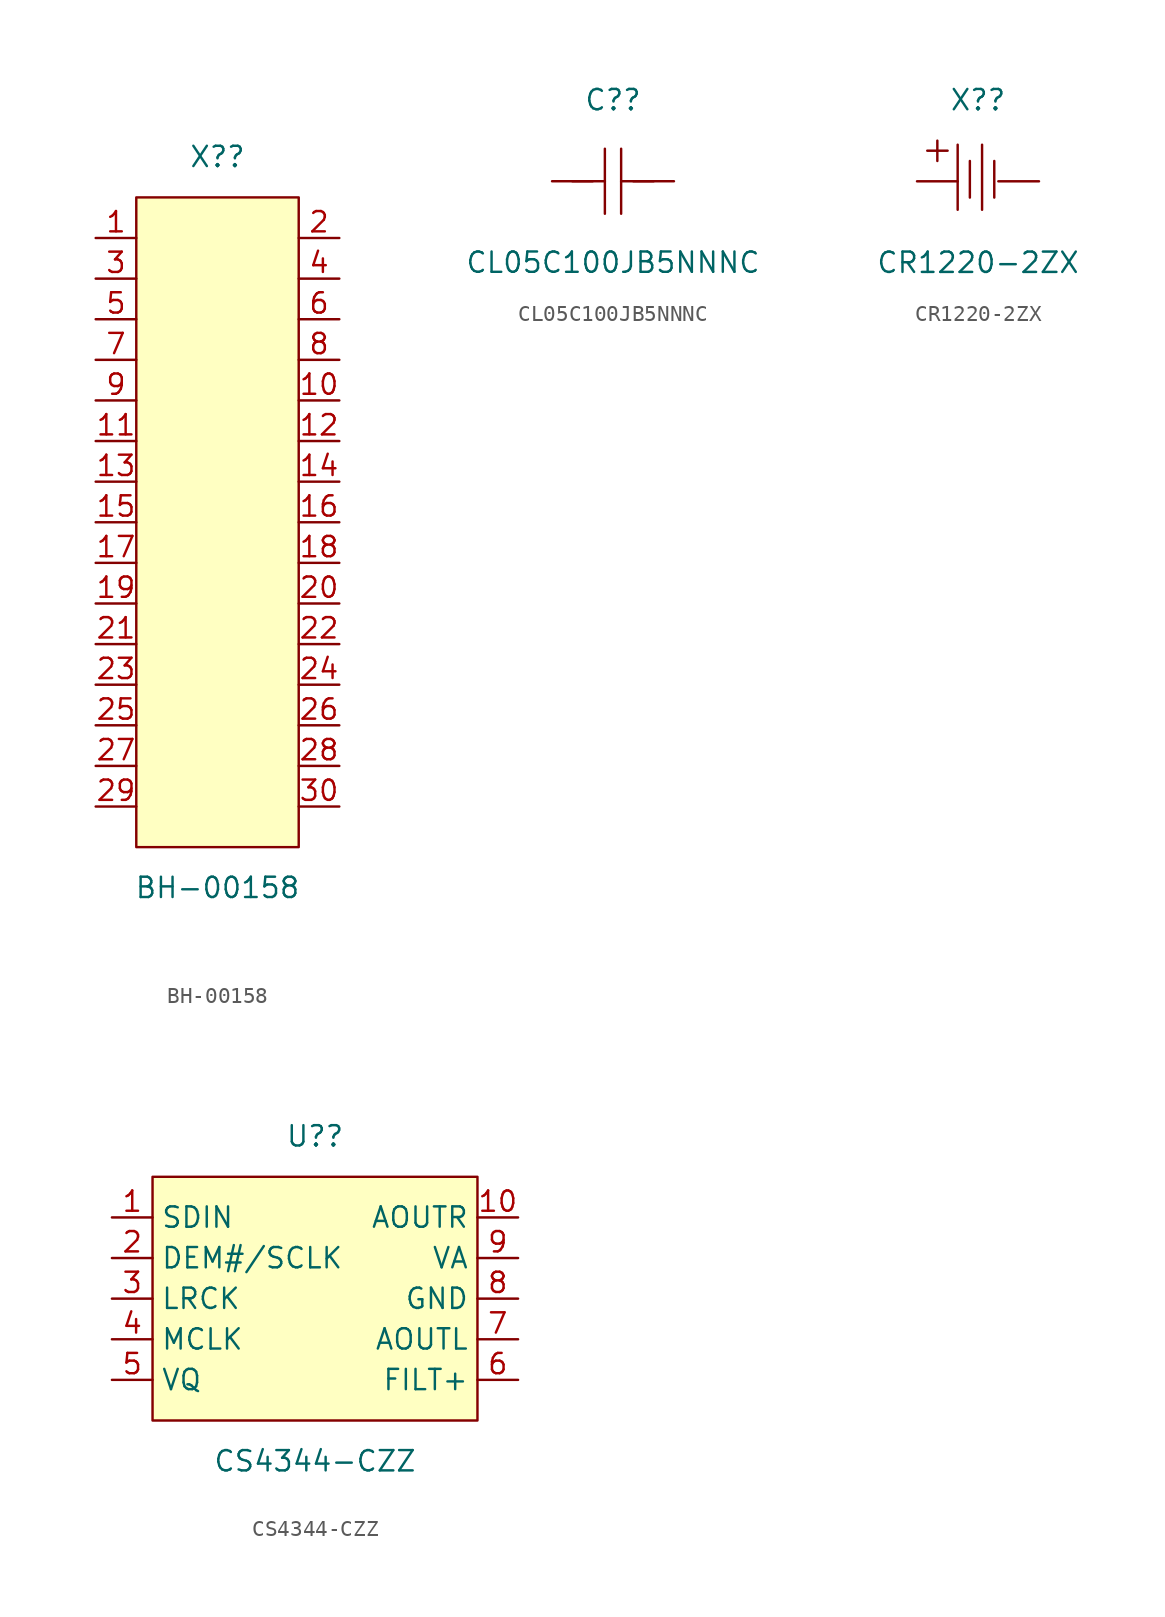
<source format=kicad_sym>
(kicad_symbol_lib
  (version 20211014)
  (generator kicad_symbol_editor)
  (symbol "BH-00158"
    (pin_names hide)
    (property "Reference" "X?"
      (at 0 22.86 0)
      (effects (font (size 1.27 1.27))))
    (property "Value" "BH-00158"
      (at 0 -22.86 0)
      (effects (font (size 1.27 1.27))))
    (symbol "BH-00158_0_1"
      (rectangle (start -5.08 20.32) (end 5.08 -20.32) (stroke (width 0) (type default) (color 0 0 0 0)) (fill (type background)))
      (pin passive line (at -7.62 17.78 0) (length 2.54) (name "1" (effects (font (size 1.27 1.27)))) (number "1" (effects (font (size 1.27 1.27)))))
      (pin passive line (at 7.62 7.62 180) (length 2.54) (name "10" (effects (font (size 1.27 1.27)))) (number "10" (effects (font (size 1.27 1.27)))))
      (pin passive line (at -7.62 5.08 0) (length 2.54) (name "11" (effects (font (size 1.27 1.27)))) (number "11" (effects (font (size 1.27 1.27)))))
      (pin passive line (at 7.62 5.08 180) (length 2.54) (name "12" (effects (font (size 1.27 1.27)))) (number "12" (effects (font (size 1.27 1.27)))))
      (pin passive line (at -7.62 2.54 0) (length 2.54) (name "13" (effects (font (size 1.27 1.27)))) (number "13" (effects (font (size 1.27 1.27)))))
      (pin passive line (at 7.62 2.54 180) (length 2.54) (name "14" (effects (font (size 1.27 1.27)))) (number "14" (effects (font (size 1.27 1.27)))))
      (pin passive line (at -7.62 0 0) (length 2.54) (name "15" (effects (font (size 1.27 1.27)))) (number "15" (effects (font (size 1.27 1.27)))))
      (pin passive line (at 7.62 0 180) (length 2.54) (name "16" (effects (font (size 1.27 1.27)))) (number "16" (effects (font (size 1.27 1.27)))))
      (pin passive line (at -7.62 -2.54 0) (length 2.54) (name "17" (effects (font (size 1.27 1.27)))) (number "17" (effects (font (size 1.27 1.27)))))
      (pin passive line (at 7.62 -2.54 180) (length 2.54) (name "18" (effects (font (size 1.27 1.27)))) (number "18" (effects (font (size 1.27 1.27)))))
      (pin passive line (at -7.62 -5.08 0) (length 2.54) (name "19" (effects (font (size 1.27 1.27)))) (number "19" (effects (font (size 1.27 1.27)))))
      (pin passive line (at 7.62 17.78 180) (length 2.54) (name "2" (effects (font (size 1.27 1.27)))) (number "2" (effects (font (size 1.27 1.27)))))
      (pin passive line (at 7.62 -5.08 180) (length 2.54) (name "20" (effects (font (size 1.27 1.27)))) (number "20" (effects (font (size 1.27 1.27)))))
      (pin passive line (at -7.62 -7.62 0) (length 2.54) (name "21" (effects (font (size 1.27 1.27)))) (number "21" (effects (font (size 1.27 1.27)))))
      (pin passive line (at 7.62 -7.62 180) (length 2.54) (name "22" (effects (font (size 1.27 1.27)))) (number "22" (effects (font (size 1.27 1.27)))))
      (pin passive line (at -7.62 -10.16 0) (length 2.54) (name "23" (effects (font (size 1.27 1.27)))) (number "23" (effects (font (size 1.27 1.27)))))
      (pin passive line (at 7.62 -10.16 180) (length 2.54) (name "24" (effects (font (size 1.27 1.27)))) (number "24" (effects (font (size 1.27 1.27)))))
      (pin passive line (at -7.62 -12.7 0) (length 2.54) (name "25" (effects (font (size 1.27 1.27)))) (number "25" (effects (font (size 1.27 1.27)))))
      (pin passive line (at 7.62 -12.7 180) (length 2.54) (name "26" (effects (font (size 1.27 1.27)))) (number "26" (effects (font (size 1.27 1.27)))))
      (pin passive line (at -7.62 -15.24 0) (length 2.54) (name "27" (effects (font (size 1.27 1.27)))) (number "27" (effects (font (size 1.27 1.27)))))
      (pin passive line (at 7.62 -15.24 180) (length 2.54) (name "28" (effects (font (size 1.27 1.27)))) (number "28" (effects (font (size 1.27 1.27)))))
      (pin passive line (at -7.62 -17.78 0) (length 2.54) (name "29" (effects (font (size 1.27 1.27)))) (number "29" (effects (font (size 1.27 1.27)))))
      (pin passive line (at -7.62 15.24 0) (length 2.54) (name "3" (effects (font (size 1.27 1.27)))) (number "3" (effects (font (size 1.27 1.27)))))
      (pin passive line (at 7.62 -17.78 180) (length 2.54) (name "30" (effects (font (size 1.27 1.27)))) (number "30" (effects (font (size 1.27 1.27)))))
      (pin passive line (at 7.62 15.24 180) (length 2.54) (name "4" (effects (font (size 1.27 1.27)))) (number "4" (effects (font (size 1.27 1.27)))))
      (pin passive line (at -7.62 12.7 0) (length 2.54) (name "5" (effects (font (size 1.27 1.27)))) (number "5" (effects (font (size 1.27 1.27)))))
      (pin passive line (at 7.62 12.7 180) (length 2.54) (name "6" (effects (font (size 1.27 1.27)))) (number "6" (effects (font (size 1.27 1.27)))))
      (pin passive line (at -7.62 10.16 0) (length 2.54) (name "7" (effects (font (size 1.27 1.27)))) (number "7" (effects (font (size 1.27 1.27)))))
      (pin passive line (at 7.62 10.16 180) (length 2.54) (name "8" (effects (font (size 1.27 1.27)))) (number "8" (effects (font (size 1.27 1.27)))))
      (pin passive line (at -7.62 7.62 0) (length 2.54) (name "9" (effects (font (size 1.27 1.27)))) (number "9" (effects (font (size 1.27 1.27)))))))
  (symbol "CL05C100JB5NNNC"
    (pin_numbers hide)
    (pin_names hide)
    (property "Reference" "C?"
      (at 0 5.08 0)
      (effects (font (size 1.27 1.27))))
    (property "Value" "CL05C100JB5NNNC"
      (at 0 -5.08 0)
      (effects (font (size 1.27 1.27))))
    (symbol "CL05C100JB5NNNC_0_1"
      (polyline (pts (xy -0.508 -2.032) (xy -0.508 2.032)) (stroke (width 0) (type default) (color 0 0 0 0)) (fill (type none)))
      (polyline (pts (xy -0.508 0) (xy -2.54 0)) (stroke (width 0) (type default) (color 0 0 0 0)) (fill (type none)))
      (polyline (pts (xy 0.508 2.032) (xy 0.508 -2.032)) (stroke (width 0) (type default) (color 0 0 0 0)) (fill (type none)))
      (polyline (pts (xy 2.54 0) (xy 0.508 0)) (stroke (width 0) (type default) (color 0 0 0 0)) (fill (type none)))
      (pin passive line (at -3.81 0 0) (length 2.54) (name "1" (effects (font (size 1.27 1.27)))) (number "1" (effects (font (size 1.27 1.27)))))
      (pin passive line (at 3.81 0 180) (length 2.54) (name "2" (effects (font (size 1.27 1.27)))) (number "2" (effects (font (size 1.27 1.27)))))))
  (symbol "CR1220-2ZX"
    (pin_numbers hide)
    (pin_names hide)
    (property "Reference" "X?"
      (at 0 5.08 0)
      (effects (font (size 1.27 1.27))))
    (property "Value" "CR1220-2ZX"
      (at 0 -5.08 0)
      (effects (font (size 1.27 1.27))))
    (symbol "CR1220-2ZX_0_1"
      (polyline (pts (xy -3.169 1.913) (xy -1.899 1.913)) (stroke (width 0) (type default) (color 0 0 0 0)) (fill (type none)))
      (polyline (pts (xy -2.54 1.27) (xy -2.54 2.54)) (stroke (width 0) (type default) (color 0 0 0 0)) (fill (type none)))
      (polyline (pts (xy -1.27 2.286) (xy -1.27 -1.778)) (stroke (width 0) (type default) (color 0 0 0 0)) (fill (type none)))
      (polyline (pts (xy -0.508 1.27) (xy -0.508 -1.016)) (stroke (width 0) (type default) (color 0 0 0 0)) (fill (type none)))
      (polyline (pts (xy 0.254 2.286) (xy 0.254 -1.778)) (stroke (width 0) (type default) (color 0 0 0 0)) (fill (type none)))
      (polyline (pts (xy 1.016 1.27) (xy 1.016 -1.016)) (stroke (width 0) (type default) (color 0 0 0 0)) (fill (type none)))
      (pin power_out line (at -3.81 0 0) (length 2.54) (name "1" (effects (font (size 1.27 1.27)))) (number "1" (effects (font (size 1.27 1.27)))))
      (pin power_out line (at 3.81 0 180) (length 2.54) (name "2" (effects (font (size 1.27 1.27)))) (number "2" (effects (font (size 1.27 1.27)))))))
  (symbol "CS4344-CZZ"
    (property "Reference" "U?"
      (at 0 10.16 0)
      (effects (font (size 1.27 1.27))))
    (property "Value" "CS4344-CZZ"
      (at 0 -10.16 0)
      (effects (font (size 1.27 1.27))))
    (symbol "CS4344-CZZ_0_1"
      (rectangle (start -10.16 7.62) (end 10.16 -7.62) (stroke (width 0) (type default) (color 0 0 0 0)) (fill (type background)))
      (pin passive line (at -12.7 5.08 0) (length 2.54) (name "SDIN" (effects (font (size 1.27 1.27)))) (number "1" (effects (font (size 1.27 1.27)))))
      (pin passive line (at 12.7 5.08 180) (length 2.54) (name "AOUTR" (effects (font (size 1.27 1.27)))) (number "10" (effects (font (size 1.27 1.27)))))
      (pin passive line (at -12.7 2.54 0) (length 2.54) (name "DEM#/SCLK" (effects (font (size 1.27 1.27)))) (number "2" (effects (font (size 1.27 1.27)))))
      (pin passive line (at -12.7 0 0) (length 2.54) (name "LRCK" (effects (font (size 1.27 1.27)))) (number "3" (effects (font (size 1.27 1.27)))))
      (pin passive line (at -12.7 -2.54 0) (length 2.54) (name "MCLK" (effects (font (size 1.27 1.27)))) (number "4" (effects (font (size 1.27 1.27)))))
      (pin passive line (at -12.7 -5.08 0) (length 2.54) (name "VQ" (effects (font (size 1.27 1.27)))) (number "5" (effects (font (size 1.27 1.27)))))
      (pin passive line (at 12.7 -5.08 180) (length 2.54) (name "FILT+" (effects (font (size 1.27 1.27)))) (number "6" (effects (font (size 1.27 1.27)))))
      (pin passive line (at 12.7 -2.54 180) (length 2.54) (name "AOUTL" (effects (font (size 1.27 1.27)))) (number "7" (effects (font (size 1.27 1.27)))))
      (pin power_out line (at 12.7 0 180) (length 2.54) (name "GND" (effects (font (size 1.27 1.27)))) (number "8" (effects (font (size 1.27 1.27)))))
      (pin passive line (at 12.7 2.54 180) (length 2.54) (name "VA" (effects (font (size 1.27 1.27)))) (number "9" (effects (font (size 1.27 1.27))))))))
</source>
